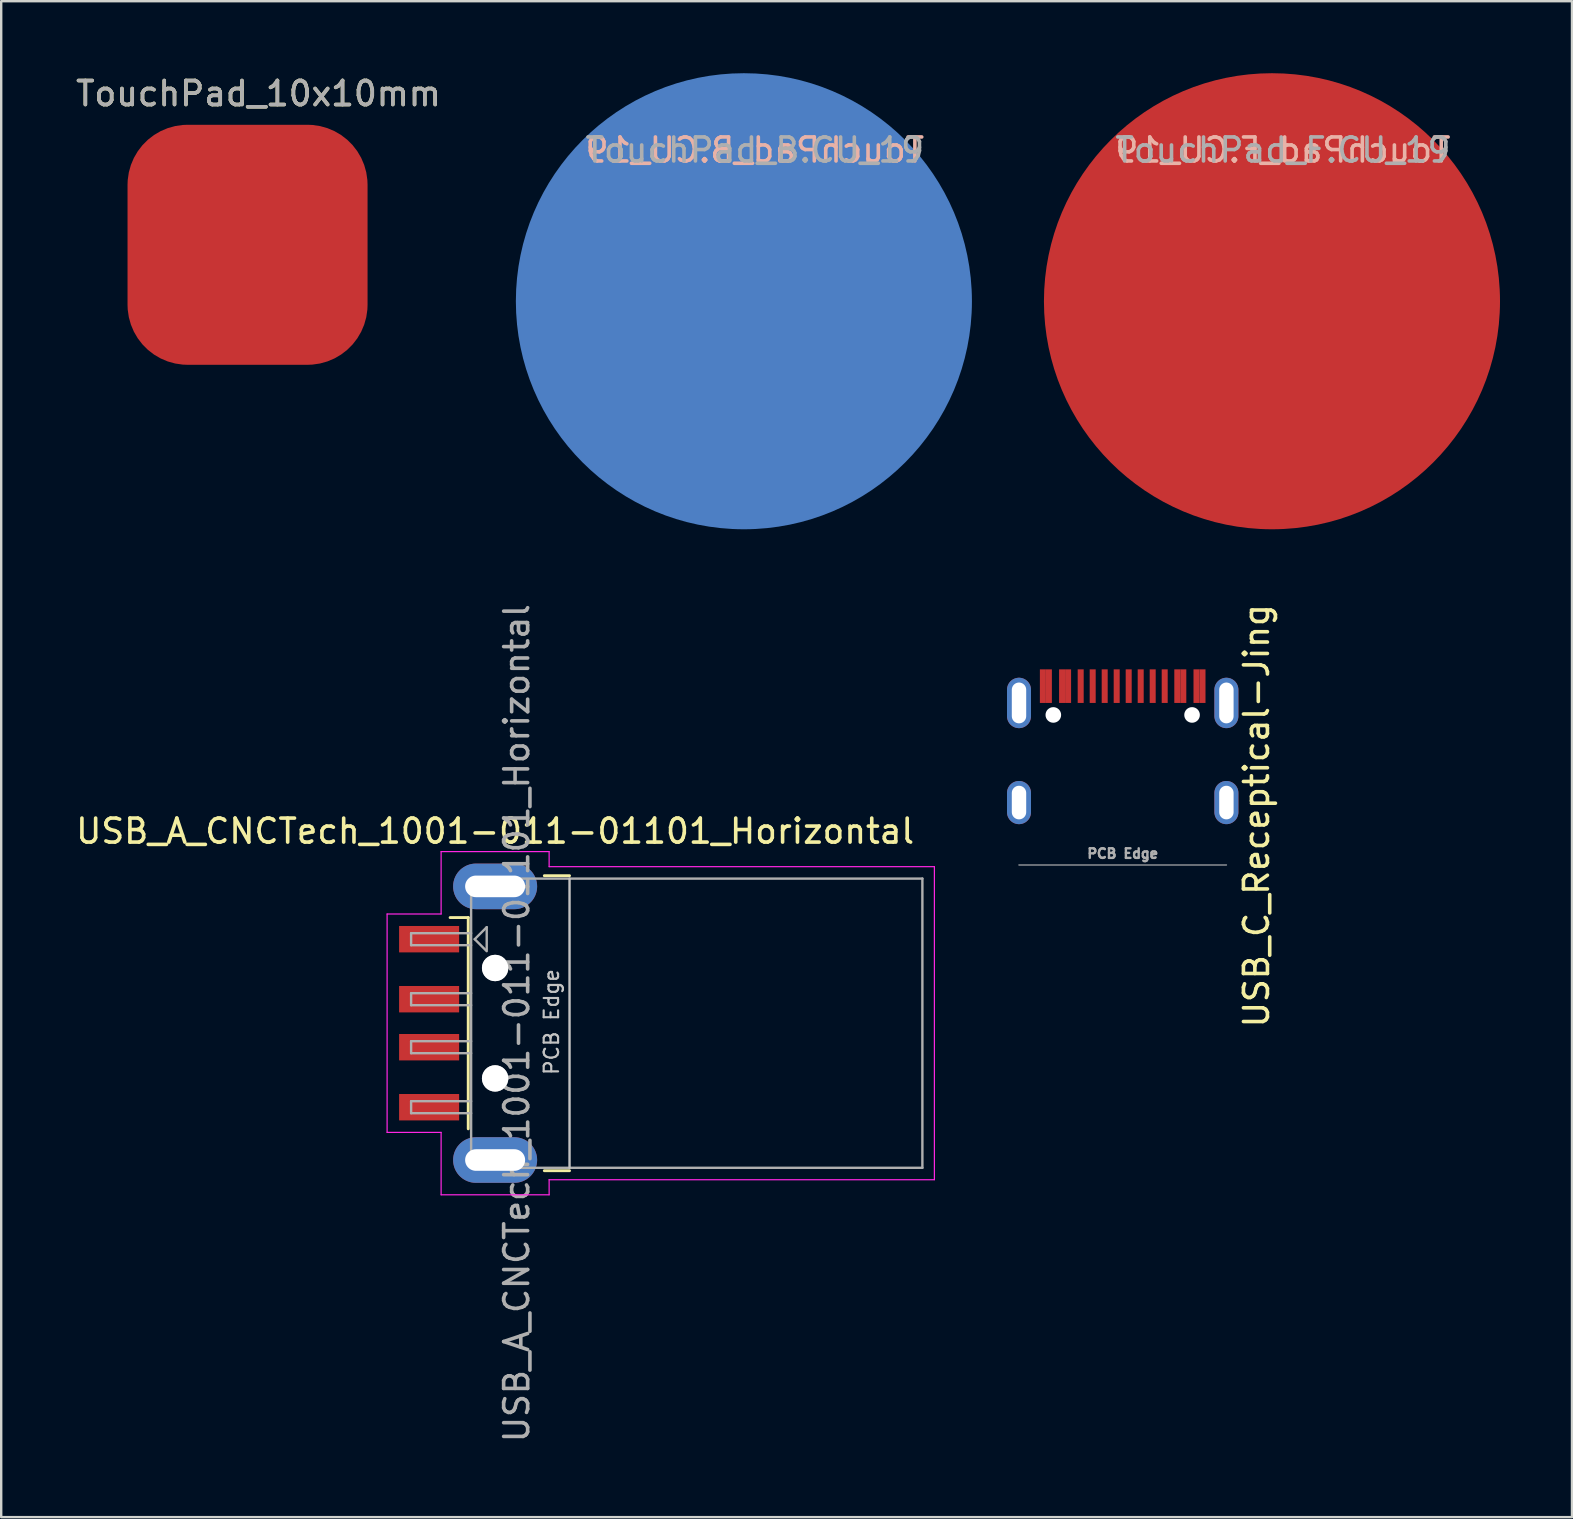
<source format=kicad_pcb>
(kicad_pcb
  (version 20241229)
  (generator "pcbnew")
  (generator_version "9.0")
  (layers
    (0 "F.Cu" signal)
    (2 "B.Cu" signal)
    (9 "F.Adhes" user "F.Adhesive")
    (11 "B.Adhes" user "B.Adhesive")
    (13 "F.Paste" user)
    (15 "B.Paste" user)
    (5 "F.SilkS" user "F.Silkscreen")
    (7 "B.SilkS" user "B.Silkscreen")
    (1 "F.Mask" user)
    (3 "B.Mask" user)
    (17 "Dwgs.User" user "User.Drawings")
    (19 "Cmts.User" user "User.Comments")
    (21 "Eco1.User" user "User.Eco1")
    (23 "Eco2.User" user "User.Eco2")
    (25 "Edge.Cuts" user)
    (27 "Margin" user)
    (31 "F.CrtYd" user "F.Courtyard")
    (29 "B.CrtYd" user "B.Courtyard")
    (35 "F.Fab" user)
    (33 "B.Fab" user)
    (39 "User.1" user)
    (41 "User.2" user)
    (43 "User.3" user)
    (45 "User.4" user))
  (footprint "TouchPad_F.CU_19"
    (layer "F.Cu")
    (at 49.89 9.576)
    (property "Reference" "TouchPad_F.CU_19" (at 0.508 -6.375 0) (layer "B.SilkS") (effects (font (size 1 1) (thickness 0.15)) (justify mirror)))
    (attr exclude_from_pos_files)
    (fp_text user "${REFERENCE}" (at 0.508 -6.375 0) (layer "F.Fab") (effects (font (size 1 1) (thickness 0.15))))
    (pad "CR2032_3v" smd circle (at 0.051 -0.076) (size 19 19) (layers "F.Cu" "F.Mask")))
  (footprint "USB_A_CNCTech_1001-011-01101_Horizontal"
    (layer "F.Cu")
    (at 24.477 39.577)
    (property "Reference" "USB_A_CNCTech_1001-011-01101_Horizontal" (at -6.9 -8 0) (layer "F.SilkS") (effects (font (size 1 1) (thickness 0.15))))
    (attr smd)
    (fp_line (start -8.02 -4.4) (end -8.775 -4.4) (stroke (width 0.12) (type solid)) (layer "F.SilkS"))
    (fp_line (start -8.02 -4.4) (end -8.02 4.4) (stroke (width 0.12) (type solid)) (layer "F.SilkS"))
    (fp_line (start -4.85 -6.145) (end -3.8 -6.145) (stroke (width 0.12) (type solid)) (layer "F.SilkS"))
    (fp_line (start -4.85 6.145) (end -3.8 6.145) (stroke (width 0.12) (type solid)) (layer "F.SilkS"))
    (fp_line (start -3.8 6.025) (end -3.8 -6.025) (stroke (width 0.1) (type solid)) (layer "Dwgs.User"))
    (fp_line (start -11.4 -4.55) (end -9.15 -4.55) (stroke (width 0.05) (type solid)) (layer "F.CrtYd"))
    (fp_line (start -11.4 4.55) (end -11.4 -4.55) (stroke (width 0.05) (type solid)) (layer "F.CrtYd"))
    (fp_line (start -11.4 4.55) (end -9.15 4.55) (stroke (width 0.05) (type solid)) (layer "F.CrtYd"))
    (fp_line (start -9.15 -7.15) (end -9.15 -4.55) (stroke (width 0.05) (type solid)) (layer "F.CrtYd"))
    (fp_line (start -9.15 -7.15) (end -4.65 -7.15) (stroke (width 0.05) (type solid)) (layer "F.CrtYd"))
    (fp_line (start -9.15 4.55) (end -9.15 7.15) (stroke (width 0.05) (type solid)) (layer "F.CrtYd"))
    (fp_line (start -9.15 7.15) (end -4.65 7.15) (stroke (width 0.05) (type solid)) (layer "F.CrtYd"))
    (fp_line (start -4.65 -6.52) (end -4.65 -7.15) (stroke (width 0.05) (type solid)) (layer "F.CrtYd"))
    (fp_line (start -4.65 -6.52) (end 11.4 -6.52) (stroke (width 0.05) (type solid)) (layer "F.CrtYd"))
    (fp_line (start -4.65 6.52) (end 11.4 6.52) (stroke (width 0.05) (type solid)) (layer "F.CrtYd"))
    (fp_line (start -4.65 7.15) (end -4.65 6.52) (stroke (width 0.05) (type solid)) (layer "F.CrtYd"))
    (fp_line (start 11.4 6.52) (end 11.4 -6.52) (stroke (width 0.05) (type solid)) (layer "F.CrtYd"))
    (fp_line (start -10.4 -3.75) (end -7.9 -3.75) (stroke (width 0.1) (type solid)) (layer "F.Fab"))
    (fp_line (start -10.4 -3.25) (end -10.4 -3.75) (stroke (width 0.1) (type solid)) (layer "F.Fab"))
    (fp_line (start -10.4 -3.25) (end -7.9 -3.25) (stroke (width 0.1) (type solid)) (layer "F.Fab"))
    (fp_line (start -10.4 -1.25) (end -7.9 -1.25) (stroke (width 0.1) (type solid)) (layer "F.Fab"))
    (fp_line (start -10.4 -0.75) (end -10.4 -1.25) (stroke (width 0.1) (type solid)) (layer "F.Fab"))
    (fp_line (start -10.4 -0.75) (end -7.9 -0.75) (stroke (width 0.1) (type solid)) (layer "F.Fab"))
    (fp_line (start -10.4 0.75) (end -7.9 0.75) (stroke (width 0.1) (type solid)) (layer "F.Fab"))
    (fp_line (start -10.4 1.25) (end -10.4 0.75) (stroke (width 0.1) (type solid)) (layer "F.Fab"))
    (fp_line (start -10.4 1.25) (end -7.9 1.25) (stroke (width 0.1) (type solid)) (layer "F.Fab"))
    (fp_line (start -10.4 3.25) (end -7.9 3.25) (stroke (width 0.1) (type solid)) (layer "F.Fab"))
    (fp_line (start -10.4 3.75) (end -10.4 3.25) (stroke (width 0.1) (type solid)) (layer "F.Fab"))
    (fp_line (start -10.4 3.75) (end -7.9 3.75) (stroke (width 0.1) (type solid)) (layer "F.Fab"))
    (fp_line (start -7.9 -6.025) (end 10.9 -6.025) (stroke (width 0.1) (type solid)) (layer "F.Fab"))
    (fp_line (start -7.9 6.025) (end -7.9 -6.025) (stroke (width 0.1) (type solid)) (layer "F.Fab"))
    (fp_line (start -7.9 6.025) (end 10.9 6.025) (stroke (width 0.1) (type solid)) (layer "F.Fab"))
    (fp_line (start -7.75 -3.5) (end -7.25 -4) (stroke (width 0.1) (type solid)) (layer "F.Fab"))
    (fp_line (start -7.75 -3.5) (end -7.25 -3) (stroke (width 0.1) (type solid)) (layer "F.Fab"))
    (fp_line (start -7.25 -4) (end -7.25 -3.05) (stroke (width 0.1) (type solid)) (layer "F.Fab"))
    (fp_line (start 10.9 6.025) (end 10.9 -6.025) (stroke (width 0.1) (type solid)) (layer "F.Fab"))
    (fp_circle (center -6.9 -2.3) (end -6.9 -2.8) (stroke (width 0.1) (type solid)) (fill no) (layer "F.Fab"))
    (fp_circle (center -6.9 2.3) (end -6.9 2.8) (stroke (width 0.1) (type solid)) (fill no) (layer "F.Fab"))
    (fp_text user "PCB Edge" (at -4.55 -0.05 90) (layer "Dwgs.User") (effects (font (size 0.6 0.6) (thickness 0.09))))
    (fp_text user "${REFERENCE}" (at -6 0 90) (layer "F.Fab") (effects (font (size 1 1) (thickness 0.15))))
    (pad "" np_thru_hole circle (at -6.9 -2.3) (size 1.1 1.1) (drill 1.1) (layers "*.Cu" "*.Mask"))
    (pad "" np_thru_hole circle (at -6.9 2.3) (size 1.1 1.1) (drill 1.1) (layers "*.Cu" "*.Mask"))
    (pad "1" smd rect (at -9.65 -3.5) (size 2.5 1.1) (layers "F.Cu" "F.Mask" "F.Paste"))
    (pad "2" smd rect (at -9.65 -1) (size 2.5 1.1) (layers "F.Cu" "F.Mask" "F.Paste"))
    (pad "3" smd rect (at -9.65 1) (size 2.5 1.1) (layers "F.Cu" "F.Mask" "F.Paste"))
    (pad "4" smd rect (at -9.65 3.5) (size 2.5 1.1) (layers "F.Cu" "F.Mask" "F.Paste"))
    (pad "5" thru_hole oval (at -6.9 -5.7) (size 3.5 1.9) (drill oval 2.5 0.9) (layers "*.Cu" "*.Mask"))
    (pad "5" thru_hole oval (at -6.9 5.7) (size 3.5 1.9) (drill oval 2.5 0.9) (layers "*.Cu" "*.Mask")))
  (footprint "USB_C_Receptical-Jing"
    (layer "F.Cu")
    (at 43.722 26.235)
    (property "Reference" "USB_C_Receptical-Jing" (at 5.575 4.7 90) (layer "F.SilkS") (effects (font (size 1 1) (thickness 0.15))))
    (attr through_hole)
    (fp_line (start -4.325 6.75) (end 4.325 6.75) (stroke (width 0.05) (type solid)) (layer "F.Fab"))
    (fp_text user "PCB Edge" (at 0 6.275 0) (layer "F.Fab") (effects (font (size 0.4 0.4) (thickness 0.1))))
    (pad "" np_thru_hole circle (at -2.89 0.5) (size 0.65 0.65) (drill 0.65) (layers "*.Cu" "*.Mask"))
    (pad "" np_thru_hole circle (at 2.89 0.5) (size 0.65 0.65) (drill 0.65) (layers "*.Cu" "*.Mask"))
    (pad "A1" smd rect (at -3.325 -0.7) (size 0.25 1.4) (layers "F.Cu" "F.Mask" "F.Paste"))
    (pad "A4" smd rect (at -2.525 -0.7) (size 0.25 1.4) (layers "F.Cu" "F.Mask" "F.Paste"))
    (pad "A5" smd rect (at -1.25 -0.7) (size 0.25 1.4) (layers "F.Cu" "F.Mask" "F.Paste"))
    (pad "A6" smd rect (at -0.25 -0.7) (size 0.25 1.4) (layers "F.Cu" "F.Mask" "F.Paste"))
    (pad "A7" smd rect (at 0.25 -0.7) (size 0.25 1.4) (layers "F.Cu" "F.Mask" "F.Paste"))
    (pad "A8" smd rect (at -1.75 -0.7) (size 0.25 1.4) (layers "F.Cu" "F.Mask" "F.Paste"))
    (pad "A9" smd rect (at 2.525 -0.7) (size 0.25 1.4) (layers "F.Cu" "F.Mask" "F.Paste"))
    (pad "A12" smd rect (at 3.325 -0.7) (size 0.25 1.4) (layers "F.Cu" "F.Mask" "F.Paste"))
    (pad "B1" smd rect (at 3.075 -0.7) (size 0.25 1.4) (layers "F.Cu" "F.Mask" "F.Paste"))
    (pad "B4" smd rect (at 2.275 -0.7) (size 0.25 1.4) (layers "F.Cu" "F.Mask" "F.Paste"))
    (pad "B5" smd rect (at 1.75 -0.7) (size 0.25 1.4) (layers "F.Cu" "F.Mask" "F.Paste"))
    (pad "B6" smd rect (at 0.75 -0.7) (size 0.25 1.4) (layers "F.Cu" "F.Mask" "F.Paste"))
    (pad "B7" smd rect (at -0.75 -0.7) (size 0.25 1.4) (layers "F.Cu" "F.Mask" "F.Paste"))
    (pad "B8" smd rect (at 1.25 -0.7) (size 0.25 1.4) (layers "F.Cu" "F.Mask" "F.Paste"))
    (pad "B9" smd rect (at -2.275 -0.7) (size 0.25 1.4) (layers "F.Cu" "F.Mask" "F.Paste"))
    (pad "B12" smd rect (at -3.075 -0.7) (size 0.25 1.4) (layers "F.Cu" "F.Mask" "F.Paste"))
    (pad "S1" thru_hole oval (at -4.32 0) (size 1 2.1) (drill oval 0.6 1.7) (layers "*.Cu" "*.Mask"))
    (pad "S1" thru_hole oval (at -4.32 4.15) (size 1 1.8) (drill oval 0.6 1.4) (layers "*.Cu" "*.Mask"))
    (pad "S1" thru_hole oval (at 4.32 0) (size 1 2.1) (drill oval 0.6 1.7) (layers "*.Cu" "*.Mask"))
    (pad "S1" thru_hole oval (at 4.32 4.15) (size 1 1.8) (drill oval 0.6 1.4) (layers "*.Cu" "*.Mask")))
  (footprint "TouchPad_10x10mm"
    (layer "F.Cu")
    (at 7.212 7.224)
    (property "Reference" "TouchPad_10x10mm" (at 0.508 -6.375 0) (layer "F.SilkS") (effects (font (size 1 1) (thickness 0.15))))
    (attr exclude_from_pos_files exclude_from_bom)
    (fp_text user "${REFERENCE}" (at 0.508 -6.375 0) (layer "F.Fab") (effects (font (size 1 1) (thickness 0.15))))
    (pad "1" smd roundrect (at 0.051 -0.076) (size 10 10) (layers "F.Cu") (roundrect_rratio 0.25)))
  (footprint "TouchPad_B.CU_19"
    (layer "F.Cu")
    (at 27.89 9.576)
    (property "Reference" "TouchPad_B.CU_19" (at 0.508 -6.375 0) (layer "B.SilkS") (effects (font (size 1 1) (thickness 0.15)) (justify mirror)))
    (attr exclude_from_pos_files)
    (fp_text user "${REFERENCE}" (at 0.508 -6.375 0) (layer "F.Fab") (effects (font (size 1 1) (thickness 0.15))))
    (pad "CR2032_GND" smd circle (at 0.051 -0.076) (size 19 19) (layers "B.Cu" "B.Mask")))
  (gr_rect
    (start -3 -3)
    (end 62.44 60.155)
    (stroke (width 0.1) (type default))
    (fill no)
    (layer "Edge.Cuts")))
</source>
